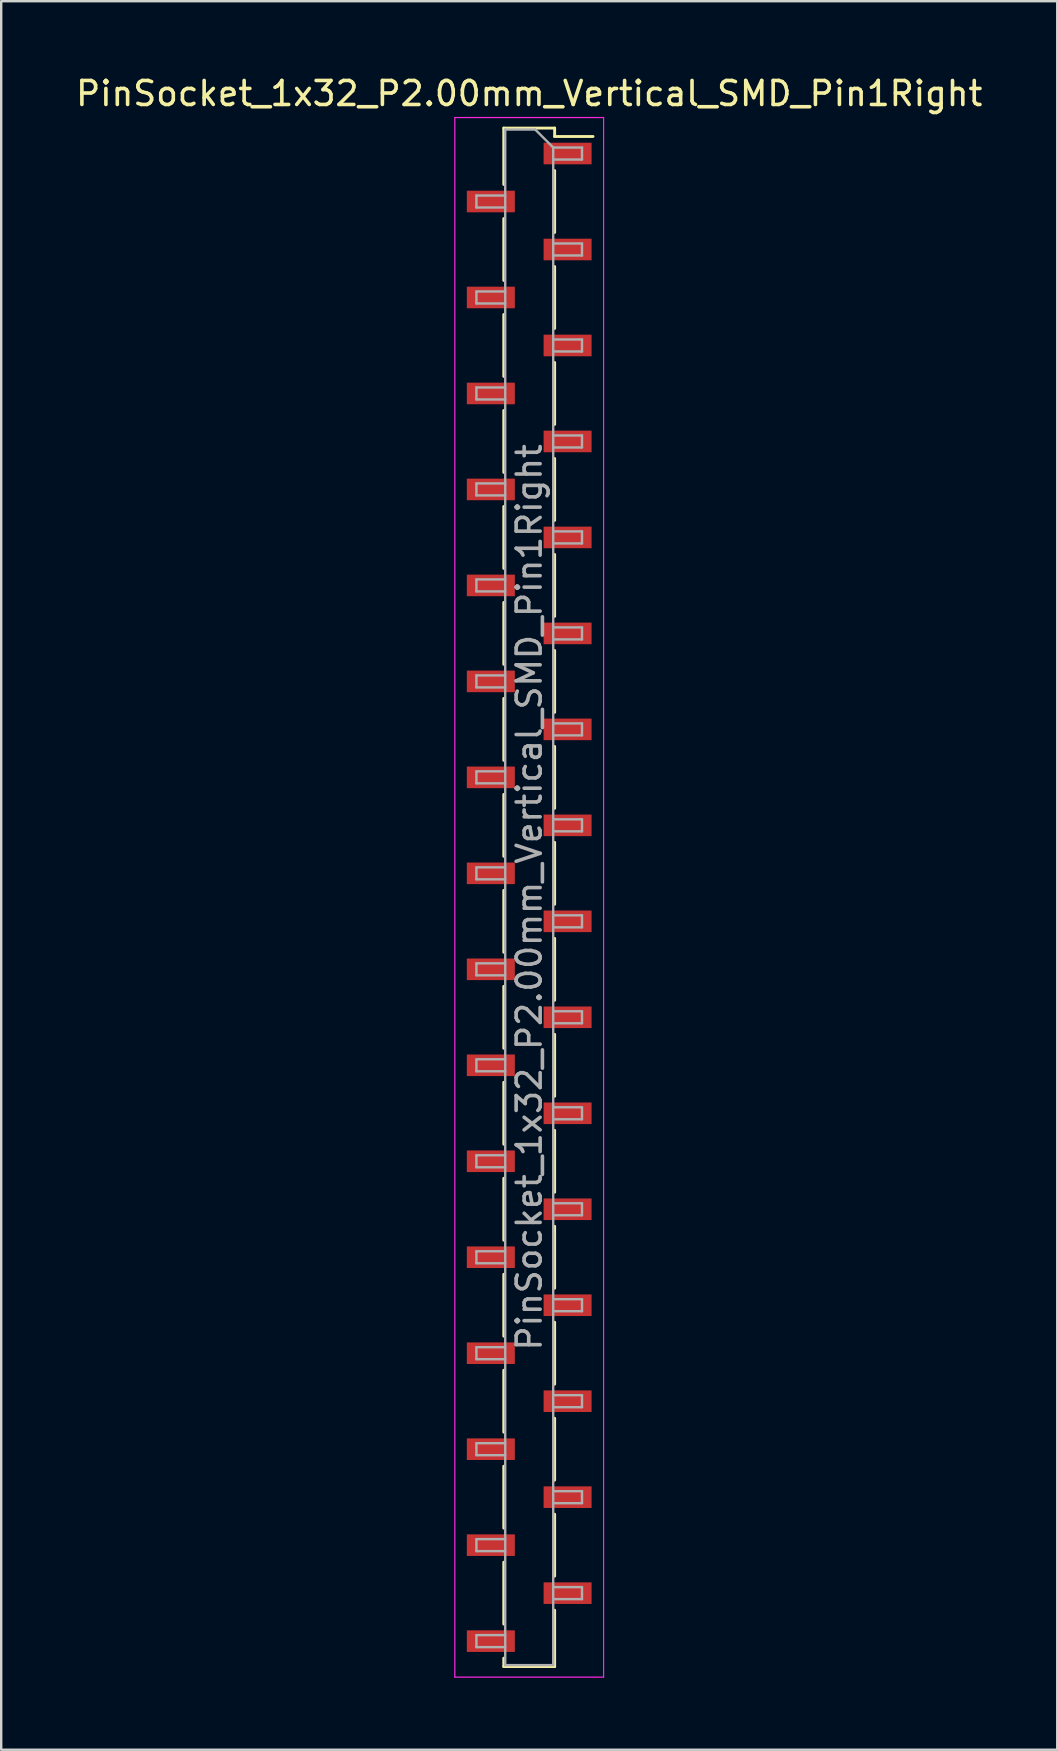
<source format=kicad_pcb>
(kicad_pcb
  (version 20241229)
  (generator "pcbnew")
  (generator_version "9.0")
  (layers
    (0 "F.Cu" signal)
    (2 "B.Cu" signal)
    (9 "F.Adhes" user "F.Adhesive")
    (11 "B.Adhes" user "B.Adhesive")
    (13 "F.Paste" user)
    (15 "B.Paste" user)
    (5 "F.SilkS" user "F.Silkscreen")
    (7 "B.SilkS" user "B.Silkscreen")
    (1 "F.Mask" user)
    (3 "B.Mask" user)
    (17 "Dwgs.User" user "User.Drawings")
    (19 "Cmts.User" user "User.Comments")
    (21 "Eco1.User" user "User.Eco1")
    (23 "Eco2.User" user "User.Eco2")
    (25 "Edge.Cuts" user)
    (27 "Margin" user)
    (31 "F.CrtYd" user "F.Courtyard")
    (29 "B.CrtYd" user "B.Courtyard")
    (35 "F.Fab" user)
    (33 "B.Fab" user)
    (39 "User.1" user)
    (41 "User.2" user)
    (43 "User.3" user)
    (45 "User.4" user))
  (footprint "PinSocket_1x32_P2.00mm_Vertical_SMD_Pin1Right"
    (layer "F.Cu")
    (at 19.006 34.348)
    (property "Reference" "PinSocket_1x32_P2.00mm_Vertical_SMD_Pin1Right" (at 0 -33.5 0) (layer "F.SilkS") (effects (font (size 1 1) (thickness 0.15))))
    (attr smd)
    (fp_line (start -1.06 -32.06) (end -1.06 -29.71) (stroke (width 0.12) (type solid)) (layer "F.SilkS"))
    (fp_line (start -1.06 -32.06) (end 1.06 -32.06) (stroke (width 0.12) (type solid)) (layer "F.SilkS"))
    (fp_line (start -1.06 -28.29) (end -1.06 -25.71) (stroke (width 0.12) (type solid)) (layer "F.SilkS"))
    (fp_line (start -1.06 -24.29) (end -1.06 -21.71) (stroke (width 0.12) (type solid)) (layer "F.SilkS"))
    (fp_line (start -1.06 -20.29) (end -1.06 -17.71) (stroke (width 0.12) (type solid)) (layer "F.SilkS"))
    (fp_line (start -1.06 -16.29) (end -1.06 -13.71) (stroke (width 0.12) (type solid)) (layer "F.SilkS"))
    (fp_line (start -1.06 -12.29) (end -1.06 -9.71) (stroke (width 0.12) (type solid)) (layer "F.SilkS"))
    (fp_line (start -1.06 -8.29) (end -1.06 -5.71) (stroke (width 0.12) (type solid)) (layer "F.SilkS"))
    (fp_line (start -1.06 -4.29) (end -1.06 -1.71) (stroke (width 0.12) (type solid)) (layer "F.SilkS"))
    (fp_line (start -1.06 -0.29) (end -1.06 2.29) (stroke (width 0.12) (type solid)) (layer "F.SilkS"))
    (fp_line (start -1.06 3.71) (end -1.06 6.29) (stroke (width 0.12) (type solid)) (layer "F.SilkS"))
    (fp_line (start -1.06 7.71) (end -1.06 10.29) (stroke (width 0.12) (type solid)) (layer "F.SilkS"))
    (fp_line (start -1.06 11.71) (end -1.06 14.29) (stroke (width 0.12) (type solid)) (layer "F.SilkS"))
    (fp_line (start -1.06 15.71) (end -1.06 18.29) (stroke (width 0.12) (type solid)) (layer "F.SilkS"))
    (fp_line (start -1.06 19.71) (end -1.06 22.29) (stroke (width 0.12) (type solid)) (layer "F.SilkS"))
    (fp_line (start -1.06 23.71) (end -1.06 26.29) (stroke (width 0.12) (type solid)) (layer "F.SilkS"))
    (fp_line (start -1.06 27.71) (end -1.06 30.29) (stroke (width 0.12) (type solid)) (layer "F.SilkS"))
    (fp_line (start -1.06 32.06) (end -1.06 31.71) (stroke (width 0.12) (type solid)) (layer "F.SilkS"))
    (fp_line (start 1.06 -32.06) (end 1.06 -31.71) (stroke (width 0.12) (type solid)) (layer "F.SilkS"))
    (fp_line (start 1.06 -31.71) (end 2.66 -31.71) (stroke (width 0.12) (type solid)) (layer "F.SilkS"))
    (fp_line (start 1.06 -30.29) (end 1.06 -27.71) (stroke (width 0.12) (type solid)) (layer "F.SilkS"))
    (fp_line (start 1.06 -26.29) (end 1.06 -23.71) (stroke (width 0.12) (type solid)) (layer "F.SilkS"))
    (fp_line (start 1.06 -22.29) (end 1.06 -19.71) (stroke (width 0.12) (type solid)) (layer "F.SilkS"))
    (fp_line (start 1.06 -18.29) (end 1.06 -15.71) (stroke (width 0.12) (type solid)) (layer "F.SilkS"))
    (fp_line (start 1.06 -14.29) (end 1.06 -11.71) (stroke (width 0.12) (type solid)) (layer "F.SilkS"))
    (fp_line (start 1.06 -10.29) (end 1.06 -7.71) (stroke (width 0.12) (type solid)) (layer "F.SilkS"))
    (fp_line (start 1.06 -6.29) (end 1.06 -3.71) (stroke (width 0.12) (type solid)) (layer "F.SilkS"))
    (fp_line (start 1.06 -2.29) (end 1.06 0.29) (stroke (width 0.12) (type solid)) (layer "F.SilkS"))
    (fp_line (start 1.06 1.71) (end 1.06 4.29) (stroke (width 0.12) (type solid)) (layer "F.SilkS"))
    (fp_line (start 1.06 5.71) (end 1.06 8.29) (stroke (width 0.12) (type solid)) (layer "F.SilkS"))
    (fp_line (start 1.06 9.71) (end 1.06 12.29) (stroke (width 0.12) (type solid)) (layer "F.SilkS"))
    (fp_line (start 1.06 13.71) (end 1.06 16.29) (stroke (width 0.12) (type solid)) (layer "F.SilkS"))
    (fp_line (start 1.06 17.71) (end 1.06 20.29) (stroke (width 0.12) (type solid)) (layer "F.SilkS"))
    (fp_line (start 1.06 21.71) (end 1.06 24.29) (stroke (width 0.12) (type solid)) (layer "F.SilkS"))
    (fp_line (start 1.06 25.71) (end 1.06 28.29) (stroke (width 0.12) (type solid)) (layer "F.SilkS"))
    (fp_line (start 1.06 29.71) (end 1.06 32.06) (stroke (width 0.12) (type solid)) (layer "F.SilkS"))
    (fp_line (start 1.06 32.06) (end -1.06 32.06) (stroke (width 0.12) (type solid)) (layer "F.SilkS"))
    (fp_line (start -3.1 -32.5) (end 3.1 -32.5) (stroke (width 0.05) (type solid)) (layer "F.CrtYd"))
    (fp_line (start -3.1 32.5) (end -3.1 -32.5) (stroke (width 0.05) (type solid)) (layer "F.CrtYd"))
    (fp_line (start 3.1 -32.5) (end 3.1 32.5) (stroke (width 0.05) (type solid)) (layer "F.CrtYd"))
    (fp_line (start 3.1 32.5) (end -3.1 32.5) (stroke (width 0.05) (type solid)) (layer "F.CrtYd"))
    (fp_line (start -2.2 -29.25) (end -1 -29.25) (stroke (width 0.1) (type solid)) (layer "F.Fab"))
    (fp_line (start -2.2 -28.75) (end -2.2 -29.25) (stroke (width 0.1) (type solid)) (layer "F.Fab"))
    (fp_line (start -2.2 -25.25) (end -1 -25.25) (stroke (width 0.1) (type solid)) (layer "F.Fab"))
    (fp_line (start -2.2 -24.75) (end -2.2 -25.25) (stroke (width 0.1) (type solid)) (layer "F.Fab"))
    (fp_line (start -2.2 -21.25) (end -1 -21.25) (stroke (width 0.1) (type solid)) (layer "F.Fab"))
    (fp_line (start -2.2 -20.75) (end -2.2 -21.25) (stroke (width 0.1) (type solid)) (layer "F.Fab"))
    (fp_line (start -2.2 -17.25) (end -1 -17.25) (stroke (width 0.1) (type solid)) (layer "F.Fab"))
    (fp_line (start -2.2 -16.75) (end -2.2 -17.25) (stroke (width 0.1) (type solid)) (layer "F.Fab"))
    (fp_line (start -2.2 -13.25) (end -1 -13.25) (stroke (width 0.1) (type solid)) (layer "F.Fab"))
    (fp_line (start -2.2 -12.75) (end -2.2 -13.25) (stroke (width 0.1) (type solid)) (layer "F.Fab"))
    (fp_line (start -2.2 -9.25) (end -1 -9.25) (stroke (width 0.1) (type solid)) (layer "F.Fab"))
    (fp_line (start -2.2 -8.75) (end -2.2 -9.25) (stroke (width 0.1) (type solid)) (layer "F.Fab"))
    (fp_line (start -2.2 -5.25) (end -1 -5.25) (stroke (width 0.1) (type solid)) (layer "F.Fab"))
    (fp_line (start -2.2 -4.75) (end -2.2 -5.25) (stroke (width 0.1) (type solid)) (layer "F.Fab"))
    (fp_line (start -2.2 -1.25) (end -1 -1.25) (stroke (width 0.1) (type solid)) (layer "F.Fab"))
    (fp_line (start -2.2 -0.75) (end -2.2 -1.25) (stroke (width 0.1) (type solid)) (layer "F.Fab"))
    (fp_line (start -2.2 2.75) (end -1 2.75) (stroke (width 0.1) (type solid)) (layer "F.Fab"))
    (fp_line (start -2.2 3.25) (end -2.2 2.75) (stroke (width 0.1) (type solid)) (layer "F.Fab"))
    (fp_line (start -2.2 6.75) (end -1 6.75) (stroke (width 0.1) (type solid)) (layer "F.Fab"))
    (fp_line (start -2.2 7.25) (end -2.2 6.75) (stroke (width 0.1) (type solid)) (layer "F.Fab"))
    (fp_line (start -2.2 10.75) (end -1 10.75) (stroke (width 0.1) (type solid)) (layer "F.Fab"))
    (fp_line (start -2.2 11.25) (end -2.2 10.75) (stroke (width 0.1) (type solid)) (layer "F.Fab"))
    (fp_line (start -2.2 14.75) (end -1 14.75) (stroke (width 0.1) (type solid)) (layer "F.Fab"))
    (fp_line (start -2.2 15.25) (end -2.2 14.75) (stroke (width 0.1) (type solid)) (layer "F.Fab"))
    (fp_line (start -2.2 18.75) (end -1 18.75) (stroke (width 0.1) (type solid)) (layer "F.Fab"))
    (fp_line (start -2.2 19.25) (end -2.2 18.75) (stroke (width 0.1) (type solid)) (layer "F.Fab"))
    (fp_line (start -2.2 22.75) (end -1 22.75) (stroke (width 0.1) (type solid)) (layer "F.Fab"))
    (fp_line (start -2.2 23.25) (end -2.2 22.75) (stroke (width 0.1) (type solid)) (layer "F.Fab"))
    (fp_line (start -2.2 26.75) (end -1 26.75) (stroke (width 0.1) (type solid)) (layer "F.Fab"))
    (fp_line (start -2.2 27.25) (end -2.2 26.75) (stroke (width 0.1) (type solid)) (layer "F.Fab"))
    (fp_line (start -2.2 30.75) (end -1 30.75) (stroke (width 0.1) (type solid)) (layer "F.Fab"))
    (fp_line (start -2.2 31.25) (end -2.2 30.75) (stroke (width 0.1) (type solid)) (layer "F.Fab"))
    (fp_line (start -1 -32) (end 0.25 -32) (stroke (width 0.1) (type solid)) (layer "F.Fab"))
    (fp_line (start -1 -28.75) (end -2.2 -28.75) (stroke (width 0.1) (type solid)) (layer "F.Fab"))
    (fp_line (start -1 -24.75) (end -2.2 -24.75) (stroke (width 0.1) (type solid)) (layer "F.Fab"))
    (fp_line (start -1 -20.75) (end -2.2 -20.75) (stroke (width 0.1) (type solid)) (layer "F.Fab"))
    (fp_line (start -1 -16.75) (end -2.2 -16.75) (stroke (width 0.1) (type solid)) (layer "F.Fab"))
    (fp_line (start -1 -12.75) (end -2.2 -12.75) (stroke (width 0.1) (type solid)) (layer "F.Fab"))
    (fp_line (start -1 -8.75) (end -2.2 -8.75) (stroke (width 0.1) (type solid)) (layer "F.Fab"))
    (fp_line (start -1 -4.75) (end -2.2 -4.75) (stroke (width 0.1) (type solid)) (layer "F.Fab"))
    (fp_line (start -1 -0.75) (end -2.2 -0.75) (stroke (width 0.1) (type solid)) (layer "F.Fab"))
    (fp_line (start -1 3.25) (end -2.2 3.25) (stroke (width 0.1) (type solid)) (layer "F.Fab"))
    (fp_line (start -1 7.25) (end -2.2 7.25) (stroke (width 0.1) (type solid)) (layer "F.Fab"))
    (fp_line (start -1 11.25) (end -2.2 11.25) (stroke (width 0.1) (type solid)) (layer "F.Fab"))
    (fp_line (start -1 15.25) (end -2.2 15.25) (stroke (width 0.1) (type solid)) (layer "F.Fab"))
    (fp_line (start -1 19.25) (end -2.2 19.25) (stroke (width 0.1) (type solid)) (layer "F.Fab"))
    (fp_line (start -1 23.25) (end -2.2 23.25) (stroke (width 0.1) (type solid)) (layer "F.Fab"))
    (fp_line (start -1 27.25) (end -2.2 27.25) (stroke (width 0.1) (type solid)) (layer "F.Fab"))
    (fp_line (start -1 31.25) (end -2.2 31.25) (stroke (width 0.1) (type solid)) (layer "F.Fab"))
    (fp_line (start -1 32) (end -1 -32) (stroke (width 0.1) (type solid)) (layer "F.Fab"))
    (fp_line (start 0.25 -32) (end 1 -31.25) (stroke (width 0.1) (type solid)) (layer "F.Fab"))
    (fp_line (start 1 -31.25) (end 1 32) (stroke (width 0.1) (type solid)) (layer "F.Fab"))
    (fp_line (start 1 -31.25) (end 2.2 -31.25) (stroke (width 0.1) (type solid)) (layer "F.Fab"))
    (fp_line (start 1 -27.25) (end 2.2 -27.25) (stroke (width 0.1) (type solid)) (layer "F.Fab"))
    (fp_line (start 1 -23.25) (end 2.2 -23.25) (stroke (width 0.1) (type solid)) (layer "F.Fab"))
    (fp_line (start 1 -19.25) (end 2.2 -19.25) (stroke (width 0.1) (type solid)) (layer "F.Fab"))
    (fp_line (start 1 -15.25) (end 2.2 -15.25) (stroke (width 0.1) (type solid)) (layer "F.Fab"))
    (fp_line (start 1 -11.25) (end 2.2 -11.25) (stroke (width 0.1) (type solid)) (layer "F.Fab"))
    (fp_line (start 1 -7.25) (end 2.2 -7.25) (stroke (width 0.1) (type solid)) (layer "F.Fab"))
    (fp_line (start 1 -3.25) (end 2.2 -3.25) (stroke (width 0.1) (type solid)) (layer "F.Fab"))
    (fp_line (start 1 0.75) (end 2.2 0.75) (stroke (width 0.1) (type solid)) (layer "F.Fab"))
    (fp_line (start 1 4.75) (end 2.2 4.75) (stroke (width 0.1) (type solid)) (layer "F.Fab"))
    (fp_line (start 1 8.75) (end 2.2 8.75) (stroke (width 0.1) (type solid)) (layer "F.Fab"))
    (fp_line (start 1 12.75) (end 2.2 12.75) (stroke (width 0.1) (type solid)) (layer "F.Fab"))
    (fp_line (start 1 16.75) (end 2.2 16.75) (stroke (width 0.1) (type solid)) (layer "F.Fab"))
    (fp_line (start 1 20.75) (end 2.2 20.75) (stroke (width 0.1) (type solid)) (layer "F.Fab"))
    (fp_line (start 1 24.75) (end 2.2 24.75) (stroke (width 0.1) (type solid)) (layer "F.Fab"))
    (fp_line (start 1 28.75) (end 2.2 28.75) (stroke (width 0.1) (type solid)) (layer "F.Fab"))
    (fp_line (start 1 32) (end -1 32) (stroke (width 0.1) (type solid)) (layer "F.Fab"))
    (fp_line (start 2.2 -31.25) (end 2.2 -30.75) (stroke (width 0.1) (type solid)) (layer "F.Fab"))
    (fp_line (start 2.2 -30.75) (end 1 -30.75) (stroke (width 0.1) (type solid)) (layer "F.Fab"))
    (fp_line (start 2.2 -27.25) (end 2.2 -26.75) (stroke (width 0.1) (type solid)) (layer "F.Fab"))
    (fp_line (start 2.2 -26.75) (end 1 -26.75) (stroke (width 0.1) (type solid)) (layer "F.Fab"))
    (fp_line (start 2.2 -23.25) (end 2.2 -22.75) (stroke (width 0.1) (type solid)) (layer "F.Fab"))
    (fp_line (start 2.2 -22.75) (end 1 -22.75) (stroke (width 0.1) (type solid)) (layer "F.Fab"))
    (fp_line (start 2.2 -19.25) (end 2.2 -18.75) (stroke (width 0.1) (type solid)) (layer "F.Fab"))
    (fp_line (start 2.2 -18.75) (end 1 -18.75) (stroke (width 0.1) (type solid)) (layer "F.Fab"))
    (fp_line (start 2.2 -15.25) (end 2.2 -14.75) (stroke (width 0.1) (type solid)) (layer "F.Fab"))
    (fp_line (start 2.2 -14.75) (end 1 -14.75) (stroke (width 0.1) (type solid)) (layer "F.Fab"))
    (fp_line (start 2.2 -11.25) (end 2.2 -10.75) (stroke (width 0.1) (type solid)) (layer "F.Fab"))
    (fp_line (start 2.2 -10.75) (end 1 -10.75) (stroke (width 0.1) (type solid)) (layer "F.Fab"))
    (fp_line (start 2.2 -7.25) (end 2.2 -6.75) (stroke (width 0.1) (type solid)) (layer "F.Fab"))
    (fp_line (start 2.2 -6.75) (end 1 -6.75) (stroke (width 0.1) (type solid)) (layer "F.Fab"))
    (fp_line (start 2.2 -3.25) (end 2.2 -2.75) (stroke (width 0.1) (type solid)) (layer "F.Fab"))
    (fp_line (start 2.2 -2.75) (end 1 -2.75) (stroke (width 0.1) (type solid)) (layer "F.Fab"))
    (fp_line (start 2.2 0.75) (end 2.2 1.25) (stroke (width 0.1) (type solid)) (layer "F.Fab"))
    (fp_line (start 2.2 1.25) (end 1 1.25) (stroke (width 0.1) (type solid)) (layer "F.Fab"))
    (fp_line (start 2.2 4.75) (end 2.2 5.25) (stroke (width 0.1) (type solid)) (layer "F.Fab"))
    (fp_line (start 2.2 5.25) (end 1 5.25) (stroke (width 0.1) (type solid)) (layer "F.Fab"))
    (fp_line (start 2.2 8.75) (end 2.2 9.25) (stroke (width 0.1) (type solid)) (layer "F.Fab"))
    (fp_line (start 2.2 9.25) (end 1 9.25) (stroke (width 0.1) (type solid)) (layer "F.Fab"))
    (fp_line (start 2.2 12.75) (end 2.2 13.25) (stroke (width 0.1) (type solid)) (layer "F.Fab"))
    (fp_line (start 2.2 13.25) (end 1 13.25) (stroke (width 0.1) (type solid)) (layer "F.Fab"))
    (fp_line (start 2.2 16.75) (end 2.2 17.25) (stroke (width 0.1) (type solid)) (layer "F.Fab"))
    (fp_line (start 2.2 17.25) (end 1 17.25) (stroke (width 0.1) (type solid)) (layer "F.Fab"))
    (fp_line (start 2.2 20.75) (end 2.2 21.25) (stroke (width 0.1) (type solid)) (layer "F.Fab"))
    (fp_line (start 2.2 21.25) (end 1 21.25) (stroke (width 0.1) (type solid)) (layer "F.Fab"))
    (fp_line (start 2.2 24.75) (end 2.2 25.25) (stroke (width 0.1) (type solid)) (layer "F.Fab"))
    (fp_line (start 2.2 25.25) (end 1 25.25) (stroke (width 0.1) (type solid)) (layer "F.Fab"))
    (fp_line (start 2.2 28.75) (end 2.2 29.25) (stroke (width 0.1) (type solid)) (layer "F.Fab"))
    (fp_line (start 2.2 29.25) (end 1 29.25) (stroke (width 0.1) (type solid)) (layer "F.Fab"))
    (fp_text user "${REFERENCE}" (at 0 0 90) (layer "F.Fab") (effects (font (size 1 1) (thickness 0.15))))
    (pad "1" smd rect (at 1.6 -31) (size 2 0.9) (layers "F.Cu" "F.Mask" "F.Paste"))
    (pad "2" smd rect (at -1.6 -29) (size 2 0.9) (layers "F.Cu" "F.Mask" "F.Paste"))
    (pad "3" smd rect (at 1.6 -27) (size 2 0.9) (layers "F.Cu" "F.Mask" "F.Paste"))
    (pad "4" smd rect (at -1.6 -25) (size 2 0.9) (layers "F.Cu" "F.Mask" "F.Paste"))
    (pad "5" smd rect (at 1.6 -23) (size 2 0.9) (layers "F.Cu" "F.Mask" "F.Paste"))
    (pad "6" smd rect (at -1.6 -21) (size 2 0.9) (layers "F.Cu" "F.Mask" "F.Paste"))
    (pad "7" smd rect (at 1.6 -19) (size 2 0.9) (layers "F.Cu" "F.Mask" "F.Paste"))
    (pad "8" smd rect (at -1.6 -17) (size 2 0.9) (layers "F.Cu" "F.Mask" "F.Paste"))
    (pad "9" smd rect (at 1.6 -15) (size 2 0.9) (layers "F.Cu" "F.Mask" "F.Paste"))
    (pad "10" smd rect (at -1.6 -13) (size 2 0.9) (layers "F.Cu" "F.Mask" "F.Paste"))
    (pad "11" smd rect (at 1.6 -11) (size 2 0.9) (layers "F.Cu" "F.Mask" "F.Paste"))
    (pad "12" smd rect (at -1.6 -9) (size 2 0.9) (layers "F.Cu" "F.Mask" "F.Paste"))
    (pad "13" smd rect (at 1.6 -7) (size 2 0.9) (layers "F.Cu" "F.Mask" "F.Paste"))
    (pad "14" smd rect (at -1.6 -5) (size 2 0.9) (layers "F.Cu" "F.Mask" "F.Paste"))
    (pad "15" smd rect (at 1.6 -3) (size 2 0.9) (layers "F.Cu" "F.Mask" "F.Paste"))
    (pad "16" smd rect (at -1.6 -1) (size 2 0.9) (layers "F.Cu" "F.Mask" "F.Paste"))
    (pad "17" smd rect (at 1.6 1) (size 2 0.9) (layers "F.Cu" "F.Mask" "F.Paste"))
    (pad "18" smd rect (at -1.6 3) (size 2 0.9) (layers "F.Cu" "F.Mask" "F.Paste"))
    (pad "19" smd rect (at 1.6 5) (size 2 0.9) (layers "F.Cu" "F.Mask" "F.Paste"))
    (pad "20" smd rect (at -1.6 7) (size 2 0.9) (layers "F.Cu" "F.Mask" "F.Paste"))
    (pad "21" smd rect (at 1.6 9) (size 2 0.9) (layers "F.Cu" "F.Mask" "F.Paste"))
    (pad "22" smd rect (at -1.6 11) (size 2 0.9) (layers "F.Cu" "F.Mask" "F.Paste"))
    (pad "23" smd rect (at 1.6 13) (size 2 0.9) (layers "F.Cu" "F.Mask" "F.Paste"))
    (pad "24" smd rect (at -1.6 15) (size 2 0.9) (layers "F.Cu" "F.Mask" "F.Paste"))
    (pad "25" smd rect (at 1.6 17) (size 2 0.9) (layers "F.Cu" "F.Mask" "F.Paste"))
    (pad "26" smd rect (at -1.6 19) (size 2 0.9) (layers "F.Cu" "F.Mask" "F.Paste"))
    (pad "27" smd rect (at 1.6 21) (size 2 0.9) (layers "F.Cu" "F.Mask" "F.Paste"))
    (pad "28" smd rect (at -1.6 23) (size 2 0.9) (layers "F.Cu" "F.Mask" "F.Paste"))
    (pad "29" smd rect (at 1.6 25) (size 2 0.9) (layers "F.Cu" "F.Mask" "F.Paste"))
    (pad "30" smd rect (at -1.6 27) (size 2 0.9) (layers "F.Cu" "F.Mask" "F.Paste"))
    (pad "31" smd rect (at 1.6 29) (size 2 0.9) (layers "F.Cu" "F.Mask" "F.Paste"))
    (pad "32" smd rect (at -1.6 31) (size 2 0.9) (layers "F.Cu" "F.Mask" "F.Paste")))
  (gr_rect
    (start -3 -3)
    (end 41.012 69.873)
    (stroke (width 0.1) (type default))
    (fill no)
    (layer "Edge.Cuts")))
</source>
